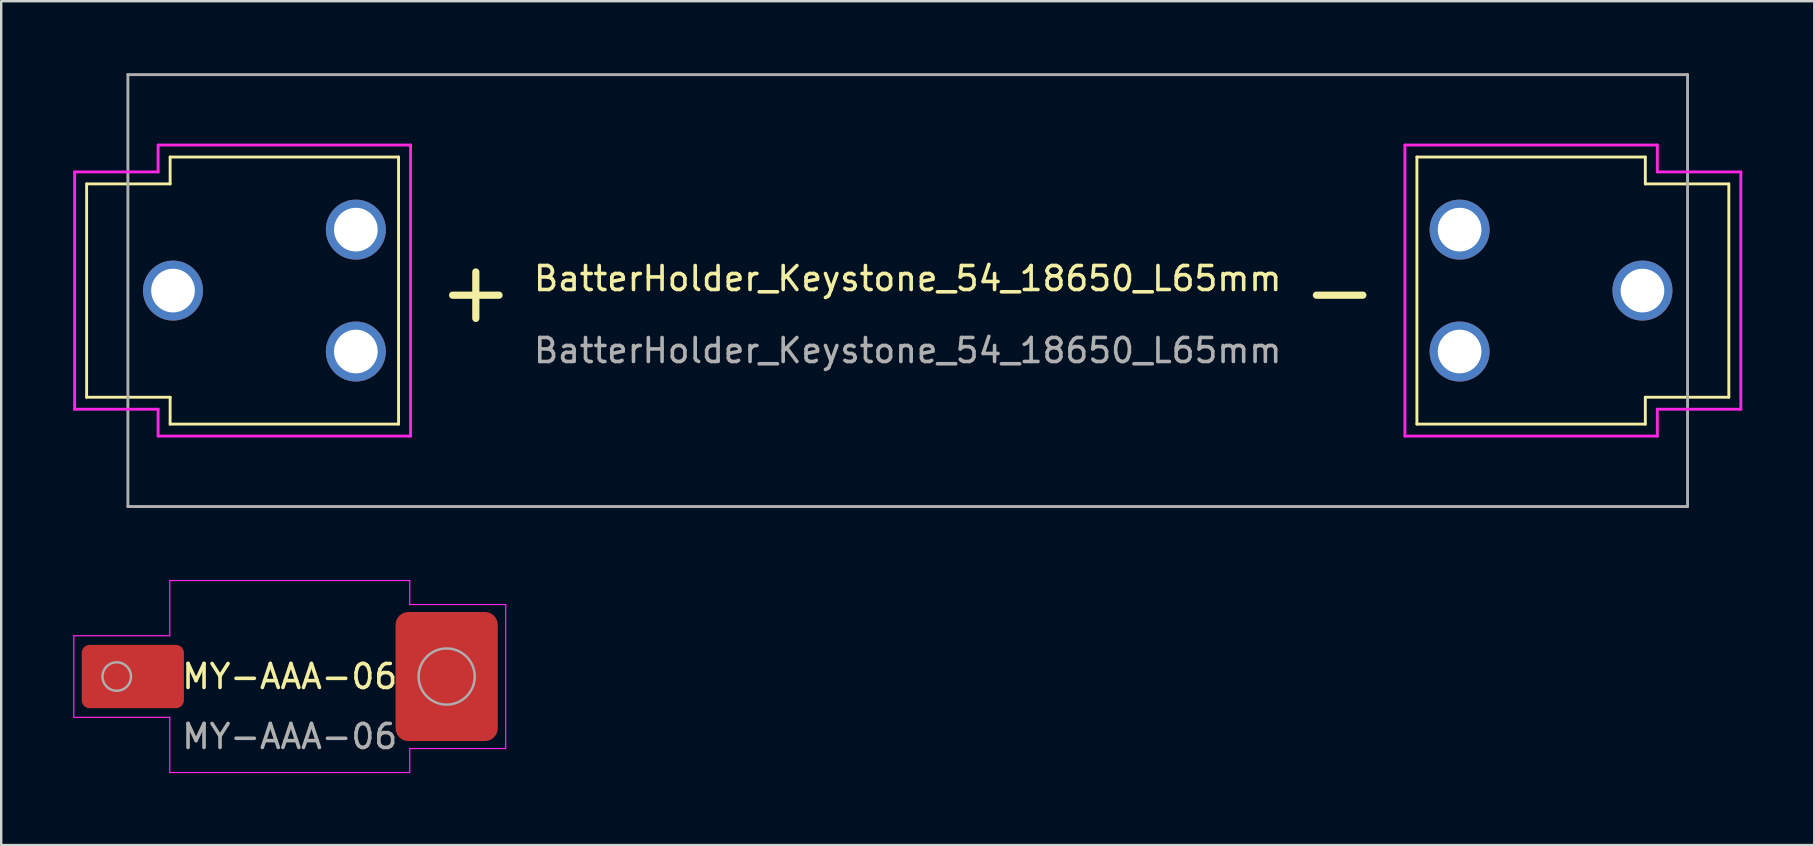
<source format=kicad_pcb>
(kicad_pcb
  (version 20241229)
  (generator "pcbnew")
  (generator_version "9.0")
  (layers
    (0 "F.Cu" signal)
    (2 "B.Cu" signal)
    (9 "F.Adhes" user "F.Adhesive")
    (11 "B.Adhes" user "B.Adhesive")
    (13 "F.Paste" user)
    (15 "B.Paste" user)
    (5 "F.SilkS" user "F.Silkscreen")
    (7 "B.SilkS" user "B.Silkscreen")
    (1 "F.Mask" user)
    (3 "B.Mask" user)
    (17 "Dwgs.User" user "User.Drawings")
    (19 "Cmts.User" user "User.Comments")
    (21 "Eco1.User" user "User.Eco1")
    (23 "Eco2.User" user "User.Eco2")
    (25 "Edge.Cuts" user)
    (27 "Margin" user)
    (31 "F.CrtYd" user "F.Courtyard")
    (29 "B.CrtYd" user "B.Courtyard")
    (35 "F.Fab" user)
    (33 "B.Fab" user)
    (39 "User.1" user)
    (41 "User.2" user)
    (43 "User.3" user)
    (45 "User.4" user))
  (footprint "MY-AAA-06"
    (layer "F.Cu")
    (at 9.025 25.145)
    (property "Reference" "MY-AAA-06" (at 0 0 0) (unlocked yes) (layer "F.SilkS") (effects (font (size 1 1) (thickness 0.15))))
    (attr smd)
    (fp_line (start -9 -1.7) (end -5 -1.7) (stroke (width 0.05) (type solid)) (layer "F.CrtYd"))
    (fp_line (start -9 1.7) (end -9 -1.7) (stroke (width 0.05) (type solid)) (layer "F.CrtYd"))
    (fp_line (start -9 1.7) (end -5 1.7) (stroke (width 0.05) (type solid)) (layer "F.CrtYd"))
    (fp_line (start -5 -4) (end 5 -4) (stroke (width 0.05) (type solid)) (layer "F.CrtYd"))
    (fp_line (start -5 -1.7) (end -5 -4) (stroke (width 0.05) (type solid)) (layer "F.CrtYd"))
    (fp_line (start -5 1.7) (end -5 4) (stroke (width 0.05) (type solid)) (layer "F.CrtYd"))
    (fp_line (start -5 4) (end 5 4) (stroke (width 0.05) (type solid)) (layer "F.CrtYd"))
    (fp_line (start 5 -4) (end 5 -3) (stroke (width 0.05) (type solid)) (layer "F.CrtYd"))
    (fp_line (start 5 4) (end 5 3) (stroke (width 0.05) (type solid)) (layer "F.CrtYd"))
    (fp_line (start 9 -3) (end 5 -3) (stroke (width 0.05) (type solid)) (layer "F.CrtYd"))
    (fp_line (start 9 3) (end 5 3) (stroke (width 0.05) (type solid)) (layer "F.CrtYd"))
    (fp_line (start 9 3) (end 9 -3) (stroke (width 0.05) (type solid)) (layer "F.CrtYd"))
    (fp_circle (center -7.21 0) (end -6.615 0) (stroke (width 0.1) (type solid)) (fill no) (layer "F.Fab"))
    (fp_circle (center 6.54 0) (end 7.71 0) (stroke (width 0.1) (type solid)) (fill no) (layer "F.Fab"))
    (fp_text user "${REFERENCE}" (at 0 2.5 0) (unlocked yes) (layer "F.Fab") (effects (font (size 1 1) (thickness 0.15))))
    (pad "" smd roundrect (at -8.148 -0.598 90) (size 0.945 0.543) (layers "F.Paste") (roundrect_rratio 0.368))
    (pad "" smd roundrect (at -8.148 0.598 90) (size 0.945 0.543) (layers "F.Paste") (roundrect_rratio 0.368))
    (pad "" smd roundrect (at -7.21 -0.798 180) (size 0.837 0.543) (layers "F.Paste") (roundrect_rratio 0.368))
    (pad "" smd roundrect (at -7.21 0.798 180) (size 0.837 0.543) (layers "F.Paste") (roundrect_rratio 0.368))
    (pad "" smd roundrect (at -6.268 -0.598 90) (size 0.945 0.543) (layers "F.Paste") (roundrect_rratio 0.368))
    (pad "" smd roundrect (at -6.268 0.598 90) (size 0.945 0.543) (layers "F.Paste") (roundrect_rratio 0.368))
    (pad "" smd roundrect (at -5.203 -0.598 90) (size 0.945 1.087) (layers "F.Paste") (roundrect_rratio 0.212))
    (pad "" smd roundrect (at -5.203 0.598 90) (size 0.945 1.087) (layers "F.Paste") (roundrect_rratio 0.212))
    (pad "" smd roundrect (at 4.942 0 90) (size 1.8 0.8) (layers "F.Paste") (roundrect_rratio 0.5))
    (pad "" smd roundrect (at 5.44 -1.9) (size 1.8 1.4) (layers "F.Paste") (roundrect_rratio 0.286))
    (pad "" smd roundrect (at 5.44 1.9) (size 1.8 1.4) (layers "F.Paste") (roundrect_rratio 0.286))
    (pad "" smd roundrect (at 7.64 -1.9) (size 1.8 1.4) (layers "F.Paste") (roundrect_rratio 0.286))
    (pad "" smd roundrect (at 7.64 1.9) (size 1.8 1.4) (layers "F.Paste") (roundrect_rratio 0.286))
    (pad "" smd roundrect (at 8.137 0 90) (size 1.8 0.8) (layers "F.Paste") (roundrect_rratio 0.5))
    (pad "1" smd roundrect (at -6.54 0) (size 4.26 2.64) (layers "F.Cu" "F.Mask") (roundrect_rratio 0.125))
    (pad "1" smd roundrect (at 6.54 0) (size 4.26 5.38) (layers "F.Cu" "F.Mask") (roundrect_rratio 0.125)))
  (footprint "BatterHolder_Keystone_54_18650_L65mm"
    (layer "F.Cu")
    (at 34.78 9.06)
    (property "Reference" "BatterHolder_Keystone_54_18650_L65mm" (at 0 -0.5 0) (unlocked yes) (layer "F.SilkS") (effects (font (size 1 1) (thickness 0.15))))
    (attr through_hole)
    (fp_line (start -34.22 -4.445) (end -34.22 4.445) (stroke (width 0.12) (type solid)) (layer "F.SilkS"))
    (fp_line (start -34.22 -4.445) (end -30.74 -4.445) (stroke (width 0.12) (type solid)) (layer "F.SilkS"))
    (fp_line (start -34.22 4.445) (end -30.74 4.445) (stroke (width 0.12) (type solid)) (layer "F.SilkS"))
    (fp_line (start -30.74 -5.565) (end -21.22 -5.565) (stroke (width 0.12) (type solid)) (layer "F.SilkS"))
    (fp_line (start -30.74 -4.445) (end -30.74 -5.565) (stroke (width 0.12) (type solid)) (layer "F.SilkS"))
    (fp_line (start -30.74 4.445) (end -30.74 5.565) (stroke (width 0.12) (type solid)) (layer "F.SilkS"))
    (fp_line (start -30.74 5.565) (end -21.22 5.565) (stroke (width 0.12) (type solid)) (layer "F.SilkS"))
    (fp_line (start -21.22 5.565) (end -21.22 -5.565) (stroke (width 0.12) (type solid)) (layer "F.SilkS"))
    (fp_line (start 21.22 -5.565) (end 21.22 5.565) (stroke (width 0.12) (type solid)) (layer "F.SilkS"))
    (fp_line (start 30.74 -5.565) (end 21.22 -5.565) (stroke (width 0.12) (type solid)) (layer "F.SilkS"))
    (fp_line (start 30.74 -4.445) (end 30.74 -5.565) (stroke (width 0.12) (type solid)) (layer "F.SilkS"))
    (fp_line (start 30.74 4.445) (end 30.74 5.565) (stroke (width 0.12) (type solid)) (layer "F.SilkS"))
    (fp_line (start 30.74 5.565) (end 21.22 5.565) (stroke (width 0.12) (type solid)) (layer "F.SilkS"))
    (fp_line (start 34.22 -4.445) (end 30.74 -4.445) (stroke (width 0.12) (type solid)) (layer "F.SilkS"))
    (fp_line (start 34.22 4.445) (end 30.74 4.445) (stroke (width 0.12) (type solid)) (layer "F.SilkS"))
    (fp_line (start 34.22 4.445) (end 34.22 -4.445) (stroke (width 0.12) (type solid)) (layer "F.SilkS"))
    (fp_line (start -34.72 4.945) (end -34.72 -4.945) (stroke (width 0.12) (type solid)) (layer "F.CrtYd"))
    (fp_line (start -31.24 -4.945) (end -34.72 -4.945) (stroke (width 0.12) (type solid)) (layer "F.CrtYd"))
    (fp_line (start -31.24 -4.945) (end -31.24 -6.065) (stroke (width 0.12) (type solid)) (layer "F.CrtYd"))
    (fp_line (start -31.24 4.945) (end -34.72 4.945) (stroke (width 0.12) (type solid)) (layer "F.CrtYd"))
    (fp_line (start -31.24 6.065) (end -31.24 4.945) (stroke (width 0.12) (type solid)) (layer "F.CrtYd"))
    (fp_line (start -20.72 -6.065) (end -31.24 -6.065) (stroke (width 0.12) (type solid)) (layer "F.CrtYd"))
    (fp_line (start -20.72 -6.065) (end -20.72 6.065) (stroke (width 0.12) (type solid)) (layer "F.CrtYd"))
    (fp_line (start -20.72 6.065) (end -31.24 6.065) (stroke (width 0.12) (type solid)) (layer "F.CrtYd"))
    (fp_line (start 20.72 -6.065) (end 31.24 -6.065) (stroke (width 0.12) (type solid)) (layer "F.CrtYd"))
    (fp_line (start 20.72 6.065) (end 20.72 -6.065) (stroke (width 0.12) (type solid)) (layer "F.CrtYd"))
    (fp_line (start 20.72 6.065) (end 31.24 6.065) (stroke (width 0.12) (type solid)) (layer "F.CrtYd"))
    (fp_line (start 31.24 -6.065) (end 31.24 -4.945) (stroke (width 0.12) (type solid)) (layer "F.CrtYd"))
    (fp_line (start 31.24 -4.945) (end 34.72 -4.945) (stroke (width 0.12) (type solid)) (layer "F.CrtYd"))
    (fp_line (start 31.24 4.945) (end 31.24 6.065) (stroke (width 0.12) (type solid)) (layer "F.CrtYd"))
    (fp_line (start 31.24 4.945) (end 34.72 4.945) (stroke (width 0.12) (type solid)) (layer "F.CrtYd"))
    (fp_line (start 34.72 -4.945) (end 34.72 4.945) (stroke (width 0.12) (type solid)) (layer "F.CrtYd"))
    (fp_line (start -32.5 -9) (end -32.5 9) (stroke (width 0.12) (type solid)) (layer "F.Fab"))
    (fp_line (start -32.5 -9) (end 32.5 -9) (stroke (width 0.12) (type solid)) (layer "F.Fab"))
    (fp_line (start -32.5 9) (end 32.5 9) (stroke (width 0.12) (type solid)) (layer "F.Fab"))
    (fp_line (start 32.5 -9) (end 32.5 9) (stroke (width 0.12) (type solid)) (layer "F.Fab"))
    (fp_text user "+" (at -18 0 0) (unlocked yes) (layer "F.SilkS") (effects (font (size 2.54 2.54) (thickness 0.3))))
    (fp_text user "-" (at 18 0 0) (unlocked yes) (layer "F.SilkS") (effects (font (size 2.54 2.54) (thickness 0.3))))
    (fp_text user "${REFERENCE}" (at 0 2.5 0) (unlocked yes) (layer "F.Fab") (effects (font (size 1 1) (thickness 0.15))))
    (pad "1" thru_hole circle (at -30.62 0) (size 2.5 2.5) (drill 1.82) (layers "*.Cu" "*.Mask"))
    (pad "1" thru_hole circle (at -23 -2.54) (size 2.5 2.5) (drill 1.82) (layers "*.Cu" "*.Mask"))
    (pad "1" thru_hole circle (at -23 2.54) (size 2.5 2.5) (drill 1.82) (layers "*.Cu" "*.Mask"))
    (pad "2" thru_hole circle (at 23 -2.54) (size 2.5 2.5) (drill 1.82) (layers "*.Cu" "*.Mask"))
    (pad "2" thru_hole circle (at 23 2.54) (size 2.5 2.5) (drill 1.82) (layers "*.Cu" "*.Mask"))
    (pad "2" thru_hole circle (at 30.62 0) (size 2.5 2.5) (drill 1.82) (layers "*.Cu" "*.Mask")))
  (gr_rect
    (start -3 -3)
    (end 72.56 32.17)
    (stroke (width 0.1) (type default))
    (fill no)
    (layer "Edge.Cuts")))
</source>
